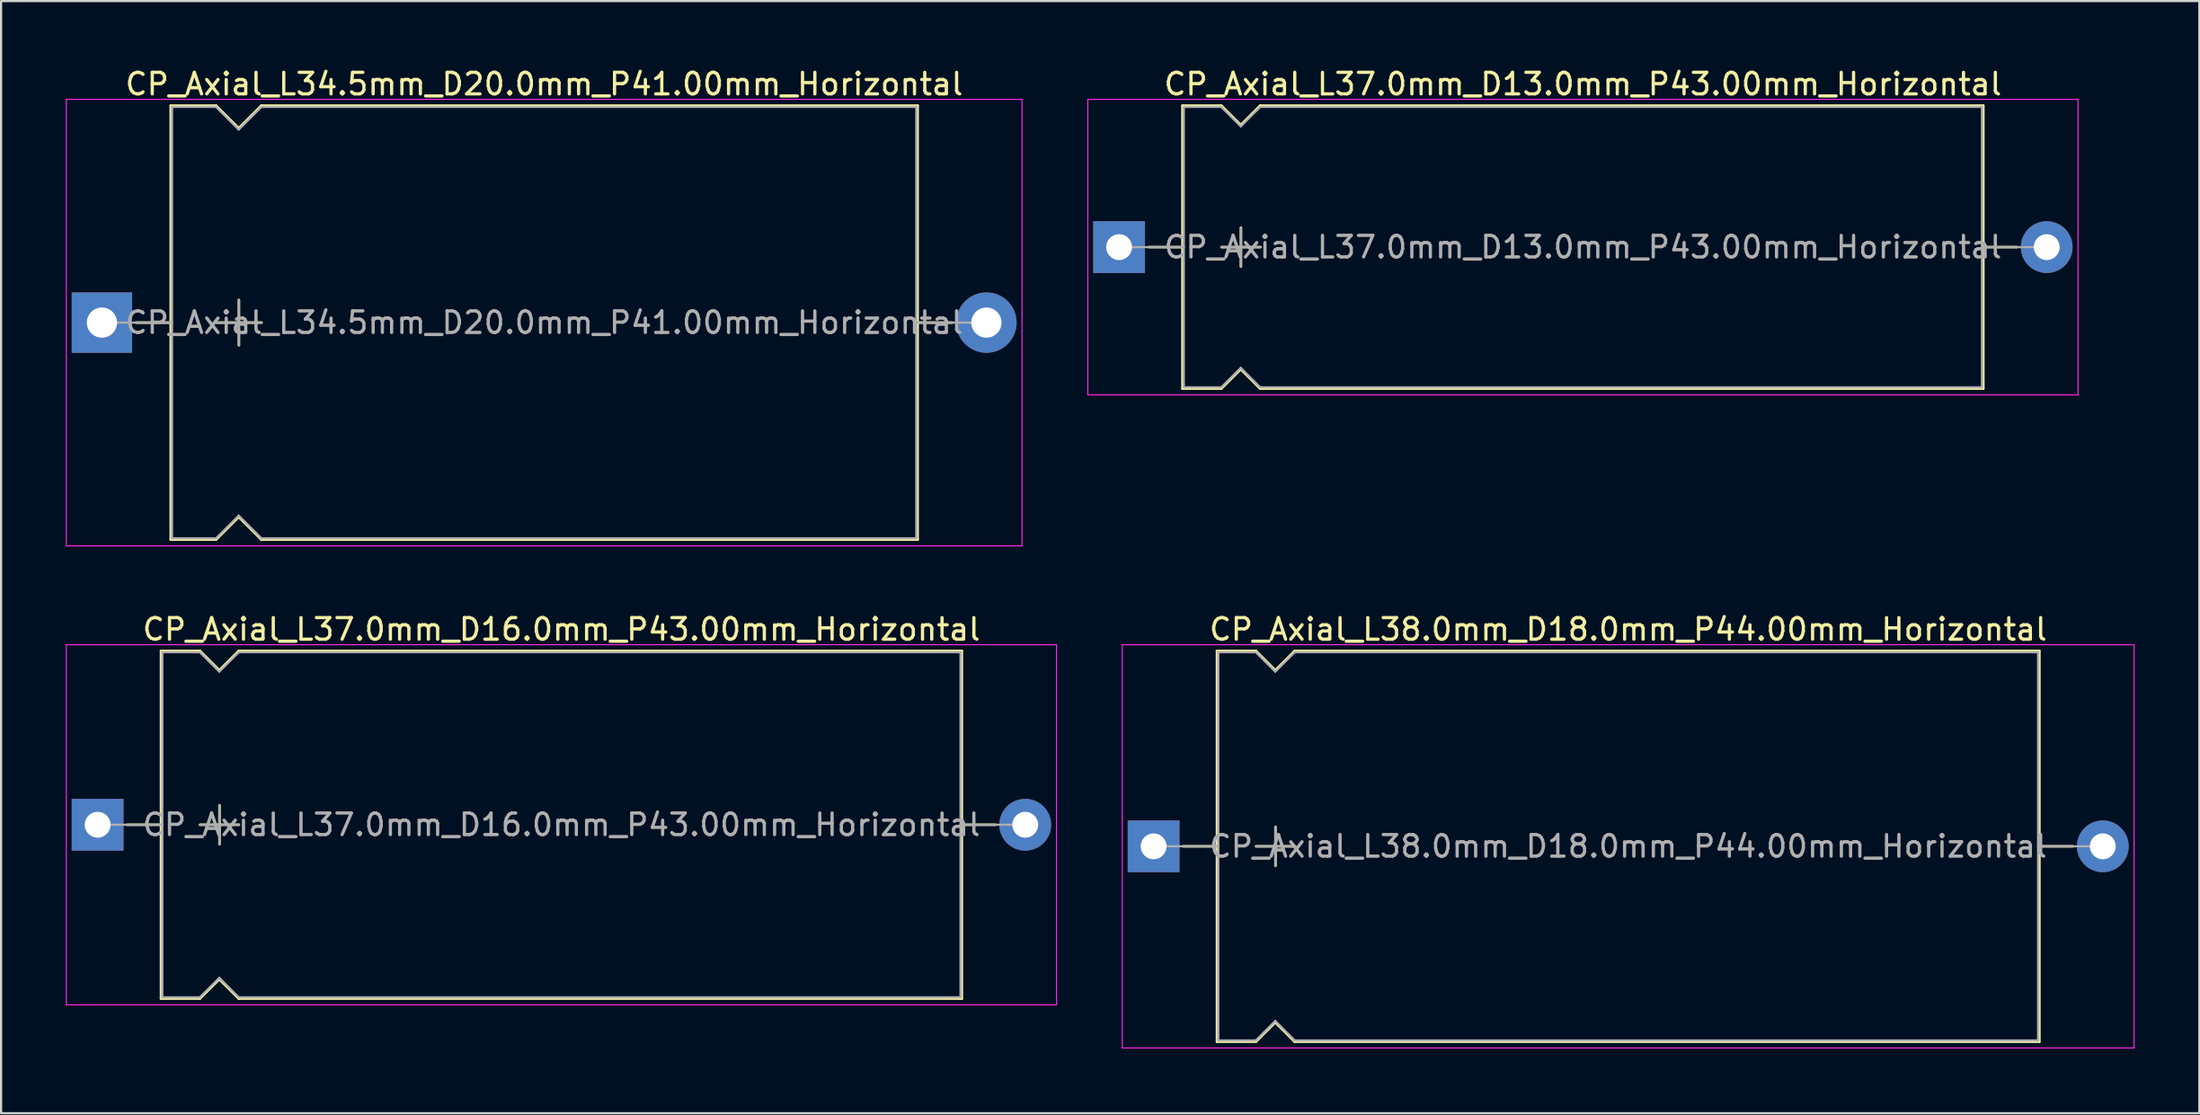
<source format=kicad_pcb>
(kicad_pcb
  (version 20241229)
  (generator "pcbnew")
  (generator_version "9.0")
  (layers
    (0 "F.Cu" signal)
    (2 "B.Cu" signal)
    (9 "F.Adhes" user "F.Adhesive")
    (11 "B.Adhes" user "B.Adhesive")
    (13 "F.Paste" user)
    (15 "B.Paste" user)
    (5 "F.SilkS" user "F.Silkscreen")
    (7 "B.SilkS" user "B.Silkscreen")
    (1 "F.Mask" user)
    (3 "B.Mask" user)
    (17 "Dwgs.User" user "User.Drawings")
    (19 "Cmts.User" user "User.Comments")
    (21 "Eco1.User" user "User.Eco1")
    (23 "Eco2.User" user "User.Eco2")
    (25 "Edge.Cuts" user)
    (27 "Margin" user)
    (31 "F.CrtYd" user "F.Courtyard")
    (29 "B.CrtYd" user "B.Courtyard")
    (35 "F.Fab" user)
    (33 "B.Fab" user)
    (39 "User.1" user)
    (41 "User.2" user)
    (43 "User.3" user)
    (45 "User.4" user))
  (footprint "CP_Axial_L34.5mm_D20.0mm_P41.00mm_Horizontal"
    (layer "F.Cu")
    (at 1.675 11.908)
    (property "Reference" "CP_Axial_L34.5mm_D20.0mm_P41.00mm_Horizontal" (at 20.5 -11.06 0) (layer "F.SilkS") (effects (font (size 1 1) (thickness 0.15))))
    (attr through_hole)
    (fp_line (start 1.58 0) (end 3.19 0) (stroke (width 0.12) (type solid)) (layer "F.SilkS"))
    (fp_line (start 3.19 -10.06) (end 3.19 10.06) (stroke (width 0.12) (type solid)) (layer "F.SilkS"))
    (fp_line (start 3.19 -10.06) (end 5.29 -10.06) (stroke (width 0.12) (type solid)) (layer "F.SilkS"))
    (fp_line (start 3.19 10.06) (end 5.29 10.06) (stroke (width 0.12) (type solid)) (layer "F.SilkS"))
    (fp_line (start 5.29 -10.06) (end 6.34 -9.01) (stroke (width 0.12) (type solid)) (layer "F.SilkS"))
    (fp_line (start 5.29 10.06) (end 6.34 9.01) (stroke (width 0.12) (type solid)) (layer "F.SilkS"))
    (fp_line (start 5.3 0) (end 7.4 0) (stroke (width 0.12) (type solid)) (layer "F.SilkS"))
    (fp_line (start 6.34 -9.01) (end 7.39 -10.06) (stroke (width 0.12) (type solid)) (layer "F.SilkS"))
    (fp_line (start 6.34 9.01) (end 7.39 10.06) (stroke (width 0.12) (type solid)) (layer "F.SilkS"))
    (fp_line (start 6.35 -1.05) (end 6.35 1.05) (stroke (width 0.12) (type solid)) (layer "F.SilkS"))
    (fp_line (start 7.39 -10.06) (end 37.81 -10.06) (stroke (width 0.12) (type solid)) (layer "F.SilkS"))
    (fp_line (start 7.39 10.06) (end 37.81 10.06) (stroke (width 0.12) (type solid)) (layer "F.SilkS"))
    (fp_line (start 37.81 -10.06) (end 37.81 10.06) (stroke (width 0.12) (type solid)) (layer "F.SilkS"))
    (fp_line (start 39.42 0) (end 37.81 0) (stroke (width 0.12) (type solid)) (layer "F.SilkS"))
    (fp_line (start -1.65 -10.35) (end -1.65 10.35) (stroke (width 0.05) (type solid)) (layer "F.CrtYd"))
    (fp_line (start -1.65 10.35) (end 42.65 10.35) (stroke (width 0.05) (type solid)) (layer "F.CrtYd"))
    (fp_line (start 42.65 -10.35) (end -1.65 -10.35) (stroke (width 0.05) (type solid)) (layer "F.CrtYd"))
    (fp_line (start 42.65 10.35) (end 42.65 -10.35) (stroke (width 0.05) (type solid)) (layer "F.CrtYd"))
    (fp_line (start 0 0) (end 3.25 0) (stroke (width 0.1) (type solid)) (layer "F.Fab"))
    (fp_line (start 3.25 -10) (end 3.25 10) (stroke (width 0.1) (type solid)) (layer "F.Fab"))
    (fp_line (start 3.25 -10) (end 5.29 -10) (stroke (width 0.1) (type solid)) (layer "F.Fab"))
    (fp_line (start 3.25 10) (end 5.29 10) (stroke (width 0.1) (type solid)) (layer "F.Fab"))
    (fp_line (start 5.29 -10) (end 6.34 -8.95) (stroke (width 0.1) (type solid)) (layer "F.Fab"))
    (fp_line (start 5.29 10) (end 6.34 8.95) (stroke (width 0.1) (type solid)) (layer "F.Fab"))
    (fp_line (start 5.3 0) (end 7.4 0) (stroke (width 0.1) (type solid)) (layer "F.Fab"))
    (fp_line (start 6.34 -8.95) (end 7.39 -10) (stroke (width 0.1) (type solid)) (layer "F.Fab"))
    (fp_line (start 6.34 8.95) (end 7.39 10) (stroke (width 0.1) (type solid)) (layer "F.Fab"))
    (fp_line (start 6.35 -1.05) (end 6.35 1.05) (stroke (width 0.1) (type solid)) (layer "F.Fab"))
    (fp_line (start 7.39 -10) (end 37.75 -10) (stroke (width 0.1) (type solid)) (layer "F.Fab"))
    (fp_line (start 7.39 10) (end 37.75 10) (stroke (width 0.1) (type solid)) (layer "F.Fab"))
    (fp_line (start 37.75 -10) (end 37.75 10) (stroke (width 0.1) (type solid)) (layer "F.Fab"))
    (fp_line (start 41 0) (end 37.75 0) (stroke (width 0.1) (type solid)) (layer "F.Fab"))
    (fp_text user "${REFERENCE}" (at 20.5 0 0) (layer "F.Fab") (effects (font (size 1 1) (thickness 0.15))))
    (pad "1" thru_hole rect (at 0 0) (size 2.8 2.8) (drill 1.4) (layers "*.Cu" "*.Mask"))
    (pad "2" thru_hole oval (at 41 0) (size 2.8 2.8) (drill 1.4) (layers "*.Cu" "*.Mask")))
  (footprint "CP_Axial_L38.0mm_D18.0mm_P44.00mm_Horizontal"
    (layer "F.Cu")
    (at 50.425 36.191)
    (property "Reference" "CP_Axial_L38.0mm_D18.0mm_P44.00mm_Horizontal" (at 22 -10.06 0) (layer "F.SilkS") (effects (font (size 1 1) (thickness 0.15))))
    (attr through_hole)
    (fp_line (start 1.38 0) (end 2.94 0) (stroke (width 0.12) (type solid)) (layer "F.SilkS"))
    (fp_line (start 2.94 -9.06) (end 2.94 9.06) (stroke (width 0.12) (type solid)) (layer "F.SilkS"))
    (fp_line (start 2.94 -9.06) (end 4.74 -9.06) (stroke (width 0.12) (type solid)) (layer "F.SilkS"))
    (fp_line (start 2.94 9.06) (end 4.74 9.06) (stroke (width 0.12) (type solid)) (layer "F.SilkS"))
    (fp_line (start 4.74 -9.06) (end 5.64 -8.16) (stroke (width 0.12) (type solid)) (layer "F.SilkS"))
    (fp_line (start 4.74 9.06) (end 5.64 8.16) (stroke (width 0.12) (type solid)) (layer "F.SilkS"))
    (fp_line (start 4.75 0) (end 6.55 0) (stroke (width 0.12) (type solid)) (layer "F.SilkS"))
    (fp_line (start 5.64 -8.16) (end 6.54 -9.06) (stroke (width 0.12) (type solid)) (layer "F.SilkS"))
    (fp_line (start 5.64 8.16) (end 6.54 9.06) (stroke (width 0.12) (type solid)) (layer "F.SilkS"))
    (fp_line (start 5.65 -0.9) (end 5.65 0.9) (stroke (width 0.12) (type solid)) (layer "F.SilkS"))
    (fp_line (start 6.54 -9.06) (end 41.06 -9.06) (stroke (width 0.12) (type solid)) (layer "F.SilkS"))
    (fp_line (start 6.54 9.06) (end 41.06 9.06) (stroke (width 0.12) (type solid)) (layer "F.SilkS"))
    (fp_line (start 41.06 -9.06) (end 41.06 9.06) (stroke (width 0.12) (type solid)) (layer "F.SilkS"))
    (fp_line (start 42.62 0) (end 41.06 0) (stroke (width 0.12) (type solid)) (layer "F.SilkS"))
    (fp_line (start -1.45 -9.35) (end -1.45 9.35) (stroke (width 0.05) (type solid)) (layer "F.CrtYd"))
    (fp_line (start -1.45 9.35) (end 45.45 9.35) (stroke (width 0.05) (type solid)) (layer "F.CrtYd"))
    (fp_line (start 45.45 -9.35) (end -1.45 -9.35) (stroke (width 0.05) (type solid)) (layer "F.CrtYd"))
    (fp_line (start 45.45 9.35) (end 45.45 -9.35) (stroke (width 0.05) (type solid)) (layer "F.CrtYd"))
    (fp_line (start 0 0) (end 3 0) (stroke (width 0.1) (type solid)) (layer "F.Fab"))
    (fp_line (start 3 -9) (end 3 9) (stroke (width 0.1) (type solid)) (layer "F.Fab"))
    (fp_line (start 3 -9) (end 4.74 -9) (stroke (width 0.1) (type solid)) (layer "F.Fab"))
    (fp_line (start 3 9) (end 4.74 9) (stroke (width 0.1) (type solid)) (layer "F.Fab"))
    (fp_line (start 4.74 -9) (end 5.64 -8.1) (stroke (width 0.1) (type solid)) (layer "F.Fab"))
    (fp_line (start 4.74 9) (end 5.64 8.1) (stroke (width 0.1) (type solid)) (layer "F.Fab"))
    (fp_line (start 4.75 0) (end 6.55 0) (stroke (width 0.1) (type solid)) (layer "F.Fab"))
    (fp_line (start 5.64 -8.1) (end 6.54 -9) (stroke (width 0.1) (type solid)) (layer "F.Fab"))
    (fp_line (start 5.64 8.1) (end 6.54 9) (stroke (width 0.1) (type solid)) (layer "F.Fab"))
    (fp_line (start 5.65 -0.9) (end 5.65 0.9) (stroke (width 0.1) (type solid)) (layer "F.Fab"))
    (fp_line (start 6.54 -9) (end 41 -9) (stroke (width 0.1) (type solid)) (layer "F.Fab"))
    (fp_line (start 6.54 9) (end 41 9) (stroke (width 0.1) (type solid)) (layer "F.Fab"))
    (fp_line (start 41 -9) (end 41 9) (stroke (width 0.1) (type solid)) (layer "F.Fab"))
    (fp_line (start 44 0) (end 41 0) (stroke (width 0.1) (type solid)) (layer "F.Fab"))
    (fp_text user "${REFERENCE}" (at 22 0 0) (layer "F.Fab") (effects (font (size 1 1) (thickness 0.15))))
    (pad "1" thru_hole rect (at 0 0) (size 2.4 2.4) (drill 1.2) (layers "*.Cu" "*.Mask"))
    (pad "2" thru_hole oval (at 44 0) (size 2.4 2.4) (drill 1.2) (layers "*.Cu" "*.Mask")))
  (footprint "CP_Axial_L37.0mm_D13.0mm_P43.00mm_Horizontal"
    (layer "F.Cu")
    (at 48.825 8.408)
    (property "Reference" "CP_Axial_L37.0mm_D13.0mm_P43.00mm_Horizontal" (at 21.5 -7.56 0) (layer "F.SilkS") (effects (font (size 1 1) (thickness 0.15))))
    (attr through_hole)
    (fp_line (start 1.38 0) (end 2.94 0) (stroke (width 0.12) (type solid)) (layer "F.SilkS"))
    (fp_line (start 2.94 -6.56) (end 2.94 6.56) (stroke (width 0.12) (type solid)) (layer "F.SilkS"))
    (fp_line (start 2.94 -6.56) (end 4.74 -6.56) (stroke (width 0.12) (type solid)) (layer "F.SilkS"))
    (fp_line (start 2.94 6.56) (end 4.74 6.56) (stroke (width 0.12) (type solid)) (layer "F.SilkS"))
    (fp_line (start 4.74 -6.56) (end 5.64 -5.66) (stroke (width 0.12) (type solid)) (layer "F.SilkS"))
    (fp_line (start 4.74 6.56) (end 5.64 5.66) (stroke (width 0.12) (type solid)) (layer "F.SilkS"))
    (fp_line (start 4.75 0) (end 6.55 0) (stroke (width 0.12) (type solid)) (layer "F.SilkS"))
    (fp_line (start 5.64 -5.66) (end 6.54 -6.56) (stroke (width 0.12) (type solid)) (layer "F.SilkS"))
    (fp_line (start 5.64 5.66) (end 6.54 6.56) (stroke (width 0.12) (type solid)) (layer "F.SilkS"))
    (fp_line (start 5.65 -0.9) (end 5.65 0.9) (stroke (width 0.12) (type solid)) (layer "F.SilkS"))
    (fp_line (start 6.54 -6.56) (end 40.06 -6.56) (stroke (width 0.12) (type solid)) (layer "F.SilkS"))
    (fp_line (start 6.54 6.56) (end 40.06 6.56) (stroke (width 0.12) (type solid)) (layer "F.SilkS"))
    (fp_line (start 40.06 -6.56) (end 40.06 6.56) (stroke (width 0.12) (type solid)) (layer "F.SilkS"))
    (fp_line (start 41.62 0) (end 40.06 0) (stroke (width 0.12) (type solid)) (layer "F.SilkS"))
    (fp_line (start -1.45 -6.85) (end -1.45 6.85) (stroke (width 0.05) (type solid)) (layer "F.CrtYd"))
    (fp_line (start -1.45 6.85) (end 44.45 6.85) (stroke (width 0.05) (type solid)) (layer "F.CrtYd"))
    (fp_line (start 44.45 -6.85) (end -1.45 -6.85) (stroke (width 0.05) (type solid)) (layer "F.CrtYd"))
    (fp_line (start 44.45 6.85) (end 44.45 -6.85) (stroke (width 0.05) (type solid)) (layer "F.CrtYd"))
    (fp_line (start 0 0) (end 3 0) (stroke (width 0.1) (type solid)) (layer "F.Fab"))
    (fp_line (start 3 -6.5) (end 3 6.5) (stroke (width 0.1) (type solid)) (layer "F.Fab"))
    (fp_line (start 3 -6.5) (end 4.74 -6.5) (stroke (width 0.1) (type solid)) (layer "F.Fab"))
    (fp_line (start 3 6.5) (end 4.74 6.5) (stroke (width 0.1) (type solid)) (layer "F.Fab"))
    (fp_line (start 4.74 -6.5) (end 5.64 -5.6) (stroke (width 0.1) (type solid)) (layer "F.Fab"))
    (fp_line (start 4.74 6.5) (end 5.64 5.6) (stroke (width 0.1) (type solid)) (layer "F.Fab"))
    (fp_line (start 4.75 0) (end 6.55 0) (stroke (width 0.1) (type solid)) (layer "F.Fab"))
    (fp_line (start 5.64 -5.6) (end 6.54 -6.5) (stroke (width 0.1) (type solid)) (layer "F.Fab"))
    (fp_line (start 5.64 5.6) (end 6.54 6.5) (stroke (width 0.1) (type solid)) (layer "F.Fab"))
    (fp_line (start 5.65 -0.9) (end 5.65 0.9) (stroke (width 0.1) (type solid)) (layer "F.Fab"))
    (fp_line (start 6.54 -6.5) (end 40 -6.5) (stroke (width 0.1) (type solid)) (layer "F.Fab"))
    (fp_line (start 6.54 6.5) (end 40 6.5) (stroke (width 0.1) (type solid)) (layer "F.Fab"))
    (fp_line (start 40 -6.5) (end 40 6.5) (stroke (width 0.1) (type solid)) (layer "F.Fab"))
    (fp_line (start 43 0) (end 40 0) (stroke (width 0.1) (type solid)) (layer "F.Fab"))
    (fp_text user "${REFERENCE}" (at 21.5 0 0) (layer "F.Fab") (effects (font (size 1 1) (thickness 0.15))))
    (pad "1" thru_hole rect (at 0 0) (size 2.4 2.4) (drill 1.2) (layers "*.Cu" "*.Mask"))
    (pad "2" thru_hole oval (at 43 0) (size 2.4 2.4) (drill 1.2) (layers "*.Cu" "*.Mask")))
  (footprint "CP_Axial_L37.0mm_D16.0mm_P43.00mm_Horizontal"
    (layer "F.Cu")
    (at 1.475 35.191)
    (property "Reference" "CP_Axial_L37.0mm_D16.0mm_P43.00mm_Horizontal" (at 21.5 -9.06 0) (layer "F.SilkS") (effects (font (size 1 1) (thickness 0.15))))
    (attr through_hole)
    (fp_line (start 1.38 0) (end 2.94 0) (stroke (width 0.12) (type solid)) (layer "F.SilkS"))
    (fp_line (start 2.94 -8.06) (end 2.94 8.06) (stroke (width 0.12) (type solid)) (layer "F.SilkS"))
    (fp_line (start 2.94 -8.06) (end 4.74 -8.06) (stroke (width 0.12) (type solid)) (layer "F.SilkS"))
    (fp_line (start 2.94 8.06) (end 4.74 8.06) (stroke (width 0.12) (type solid)) (layer "F.SilkS"))
    (fp_line (start 4.74 -8.06) (end 5.64 -7.16) (stroke (width 0.12) (type solid)) (layer "F.SilkS"))
    (fp_line (start 4.74 8.06) (end 5.64 7.16) (stroke (width 0.12) (type solid)) (layer "F.SilkS"))
    (fp_line (start 4.75 0) (end 6.55 0) (stroke (width 0.12) (type solid)) (layer "F.SilkS"))
    (fp_line (start 5.64 -7.16) (end 6.54 -8.06) (stroke (width 0.12) (type solid)) (layer "F.SilkS"))
    (fp_line (start 5.64 7.16) (end 6.54 8.06) (stroke (width 0.12) (type solid)) (layer "F.SilkS"))
    (fp_line (start 5.65 -0.9) (end 5.65 0.9) (stroke (width 0.12) (type solid)) (layer "F.SilkS"))
    (fp_line (start 6.54 -8.06) (end 40.06 -8.06) (stroke (width 0.12) (type solid)) (layer "F.SilkS"))
    (fp_line (start 6.54 8.06) (end 40.06 8.06) (stroke (width 0.12) (type solid)) (layer "F.SilkS"))
    (fp_line (start 40.06 -8.06) (end 40.06 8.06) (stroke (width 0.12) (type solid)) (layer "F.SilkS"))
    (fp_line (start 41.62 0) (end 40.06 0) (stroke (width 0.12) (type solid)) (layer "F.SilkS"))
    (fp_line (start -1.45 -8.35) (end -1.45 8.35) (stroke (width 0.05) (type solid)) (layer "F.CrtYd"))
    (fp_line (start -1.45 8.35) (end 44.45 8.35) (stroke (width 0.05) (type solid)) (layer "F.CrtYd"))
    (fp_line (start 44.45 -8.35) (end -1.45 -8.35) (stroke (width 0.05) (type solid)) (layer "F.CrtYd"))
    (fp_line (start 44.45 8.35) (end 44.45 -8.35) (stroke (width 0.05) (type solid)) (layer "F.CrtYd"))
    (fp_line (start 0 0) (end 3 0) (stroke (width 0.1) (type solid)) (layer "F.Fab"))
    (fp_line (start 3 -8) (end 3 8) (stroke (width 0.1) (type solid)) (layer "F.Fab"))
    (fp_line (start 3 -8) (end 4.74 -8) (stroke (width 0.1) (type solid)) (layer "F.Fab"))
    (fp_line (start 3 8) (end 4.74 8) (stroke (width 0.1) (type solid)) (layer "F.Fab"))
    (fp_line (start 4.74 -8) (end 5.64 -7.1) (stroke (width 0.1) (type solid)) (layer "F.Fab"))
    (fp_line (start 4.74 8) (end 5.64 7.1) (stroke (width 0.1) (type solid)) (layer "F.Fab"))
    (fp_line (start 4.75 0) (end 6.55 0) (stroke (width 0.1) (type solid)) (layer "F.Fab"))
    (fp_line (start 5.64 -7.1) (end 6.54 -8) (stroke (width 0.1) (type solid)) (layer "F.Fab"))
    (fp_line (start 5.64 7.1) (end 6.54 8) (stroke (width 0.1) (type solid)) (layer "F.Fab"))
    (fp_line (start 5.65 -0.9) (end 5.65 0.9) (stroke (width 0.1) (type solid)) (layer "F.Fab"))
    (fp_line (start 6.54 -8) (end 40 -8) (stroke (width 0.1) (type solid)) (layer "F.Fab"))
    (fp_line (start 6.54 8) (end 40 8) (stroke (width 0.1) (type solid)) (layer "F.Fab"))
    (fp_line (start 40 -8) (end 40 8) (stroke (width 0.1) (type solid)) (layer "F.Fab"))
    (fp_line (start 43 0) (end 40 0) (stroke (width 0.1) (type solid)) (layer "F.Fab"))
    (fp_text user "${REFERENCE}" (at 21.5 0 0) (layer "F.Fab") (effects (font (size 1 1) (thickness 0.15))))
    (pad "1" thru_hole rect (at 0 0) (size 2.4 2.4) (drill 1.2) (layers "*.Cu" "*.Mask"))
    (pad "2" thru_hole oval (at 43 0) (size 2.4 2.4) (drill 1.2) (layers "*.Cu" "*.Mask")))
  (gr_rect
    (start -3 -3)
    (end 98.9 48.566)
    (stroke (width 0.1) (type default))
    (fill no)
    (layer "Edge.Cuts")))
</source>
